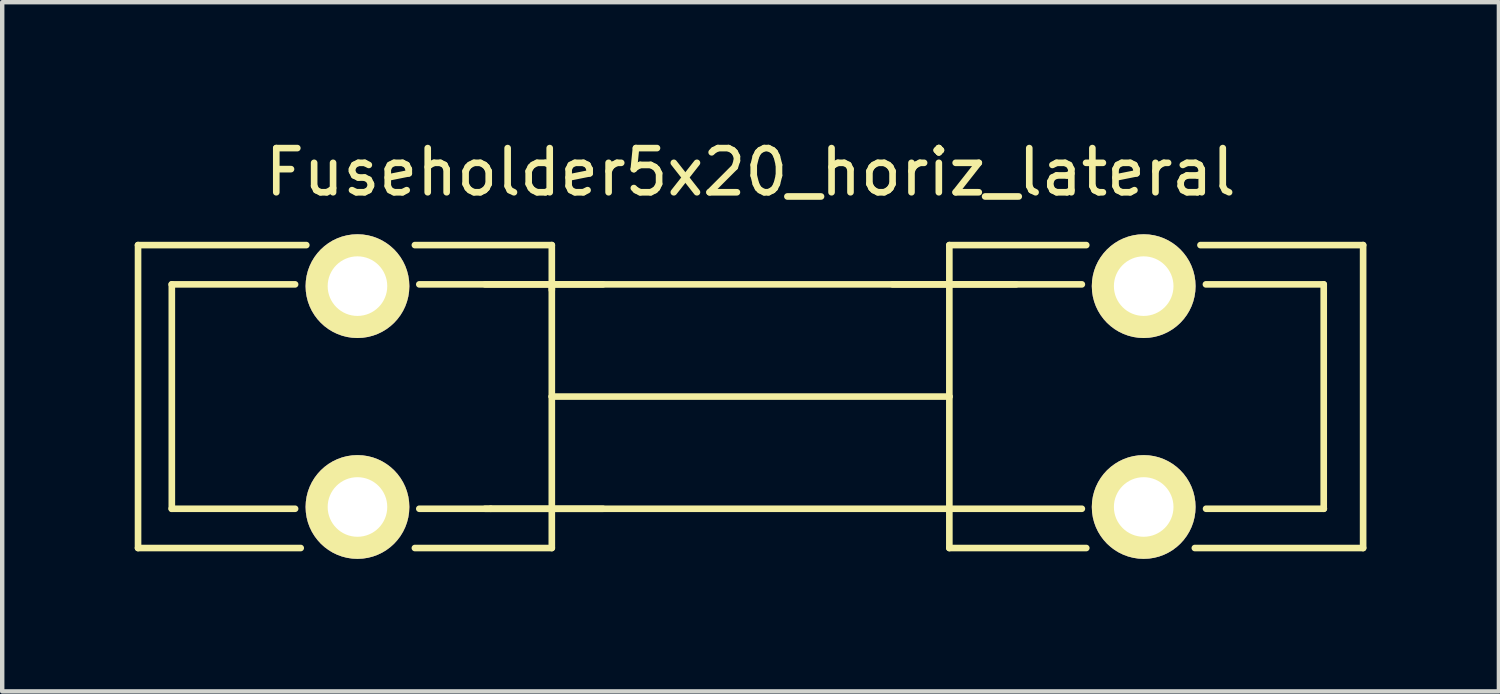
<source format=kicad_pcb>
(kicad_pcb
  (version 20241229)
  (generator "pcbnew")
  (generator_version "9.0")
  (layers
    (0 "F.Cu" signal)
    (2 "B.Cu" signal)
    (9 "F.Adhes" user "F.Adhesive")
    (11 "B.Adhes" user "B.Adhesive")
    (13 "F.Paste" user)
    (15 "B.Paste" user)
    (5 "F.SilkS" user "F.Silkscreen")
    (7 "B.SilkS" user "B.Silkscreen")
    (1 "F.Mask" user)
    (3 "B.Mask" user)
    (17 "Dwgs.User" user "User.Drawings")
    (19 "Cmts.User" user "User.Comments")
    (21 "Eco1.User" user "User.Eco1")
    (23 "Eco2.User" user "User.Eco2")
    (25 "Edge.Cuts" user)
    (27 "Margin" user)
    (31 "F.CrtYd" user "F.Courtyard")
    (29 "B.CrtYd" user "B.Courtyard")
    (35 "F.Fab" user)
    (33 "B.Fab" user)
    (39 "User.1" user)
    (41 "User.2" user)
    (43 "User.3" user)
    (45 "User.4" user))
  (footprint "Fuseholder5x20_horiz_lateral"
    (layer "F.Cu")
    (at 13.943 5.928)
    (property "Reference" "Fuseholder5x20_horiz_lateral" (at 0 -5.08 0) (layer "F.SilkS") (effects (font (size 1 1) (thickness 0.15))))
    (attr through_hole)
    (fp_line (start -13.868 -3.429) (end -13.868 3.429) (stroke (width 0.15) (type solid)) (layer "F.SilkS"))
    (fp_line (start -13.868 -3.429) (end -10.058 -3.429) (stroke (width 0.15) (type solid)) (layer "F.SilkS"))
    (fp_line (start -13.868 3.429) (end -10.185 3.429) (stroke (width 0.15) (type solid)) (layer "F.SilkS"))
    (fp_line (start -13.106 -2.54) (end -10.312 -2.54) (stroke (width 0.15) (type solid)) (layer "F.SilkS"))
    (fp_line (start -13.106 2.54) (end -10.312 2.54) (stroke (width 0.15) (type solid)) (layer "F.SilkS"))
    (fp_line (start -13.103 -2.54) (end -13.103 2.54) (stroke (width 0.15) (type solid)) (layer "F.SilkS"))
    (fp_line (start -7.5 -2.54) (end 7.5 -2.54) (stroke (width 0.15) (type solid)) (layer "F.SilkS"))
    (fp_line (start -5.883 2.54) (end -6.01 2.54) (stroke (width 0.15) (type solid)) (layer "F.SilkS"))
    (fp_line (start -5.883 2.54) (end -3.343 2.54) (stroke (width 0.15) (type solid)) (layer "F.SilkS"))
    (fp_line (start -4.5 -3.429) (end -7.6 -3.429) (stroke (width 0.15) (type solid)) (layer "F.SilkS"))
    (fp_line (start -4.5 -3.429) (end -4.5 -2.413) (stroke (width 0.15) (type solid)) (layer "F.SilkS"))
    (fp_line (start -4.5 0) (end -4.5 -2.54) (stroke (width 0.15) (type solid)) (layer "F.SilkS"))
    (fp_line (start -4.5 2.54) (end -4.5 0) (stroke (width 0.15) (type solid)) (layer "F.SilkS"))
    (fp_line (start -4.5 3.429) (end -7.6 3.429) (stroke (width 0.15) (type solid)) (layer "F.SilkS"))
    (fp_line (start -4.5 3.429) (end -4.5 2.54) (stroke (width 0.15) (type solid)) (layer "F.SilkS"))
    (fp_line (start -3.343 -2.54) (end -6.01 -2.54) (stroke (width 0.15) (type solid)) (layer "F.SilkS"))
    (fp_line (start 3.216 -2.54) (end 6.01 -2.54) (stroke (width 0.15) (type solid)) (layer "F.SilkS"))
    (fp_line (start 4.5 -3.429) (end 4.5 -2.54) (stroke (width 0.15) (type solid)) (layer "F.SilkS"))
    (fp_line (start 4.5 -3.429) (end 7.6 -3.429) (stroke (width 0.15) (type solid)) (layer "F.SilkS"))
    (fp_line (start 4.5 0) (end -4.5 0) (stroke (width 0.15) (type solid)) (layer "F.SilkS"))
    (fp_line (start 4.5 0) (end 4.5 -2.54) (stroke (width 0.15) (type solid)) (layer "F.SilkS"))
    (fp_line (start 4.5 2.54) (end 4.5 0) (stroke (width 0.15) (type solid)) (layer "F.SilkS"))
    (fp_line (start 4.5 3.429) (end 4.5 2.54) (stroke (width 0.15) (type solid)) (layer "F.SilkS"))
    (fp_line (start 4.5 3.429) (end 7.6 3.429) (stroke (width 0.15) (type solid)) (layer "F.SilkS"))
    (fp_line (start 7.5 2.54) (end -7.5 2.54) (stroke (width 0.15) (type solid)) (layer "F.SilkS"))
    (fp_line (start 12.976 -2.54) (end 10.309 -2.54) (stroke (width 0.15) (type solid)) (layer "F.SilkS"))
    (fp_line (start 12.976 -2.54) (end 12.976 2.54) (stroke (width 0.15) (type solid)) (layer "F.SilkS"))
    (fp_line (start 12.979 2.54) (end 10.312 2.54) (stroke (width 0.15) (type solid)) (layer "F.SilkS"))
    (fp_line (start 13.868 -3.429) (end 10.185 -3.429) (stroke (width 0.15) (type solid)) (layer "F.SilkS"))
    (fp_line (start 13.868 -3.429) (end 13.868 3.429) (stroke (width 0.15) (type solid)) (layer "F.SilkS"))
    (fp_line (start 13.868 3.429) (end 10.058 3.429) (stroke (width 0.15) (type solid)) (layer "F.SilkS"))
    (pad "1" thru_hole circle (at -8.9 -2.5) (size 2.349 2.349) (drill 1.349) (layers "*.Cu" "*.Mask" "F.SilkS"))
    (pad "1" thru_hole circle (at -8.9 2.5) (size 2.349 2.349) (drill 1.349) (layers "*.Cu" "*.Mask" "F.SilkS"))
    (pad "2" thru_hole circle (at 8.9 -2.5) (size 2.349 2.349) (drill 1.349) (layers "*.Cu" "*.Mask" "F.SilkS"))
    (pad "2" thru_hole circle (at 8.9 2.5) (size 2.349 2.349) (drill 1.349) (layers "*.Cu" "*.Mask" "F.SilkS")))
  (gr_rect
    (start -3 -3)
    (end 30.885 12.603)
    (stroke (width 0.1) (type default))
    (fill no)
    (layer "Edge.Cuts")))
</source>
